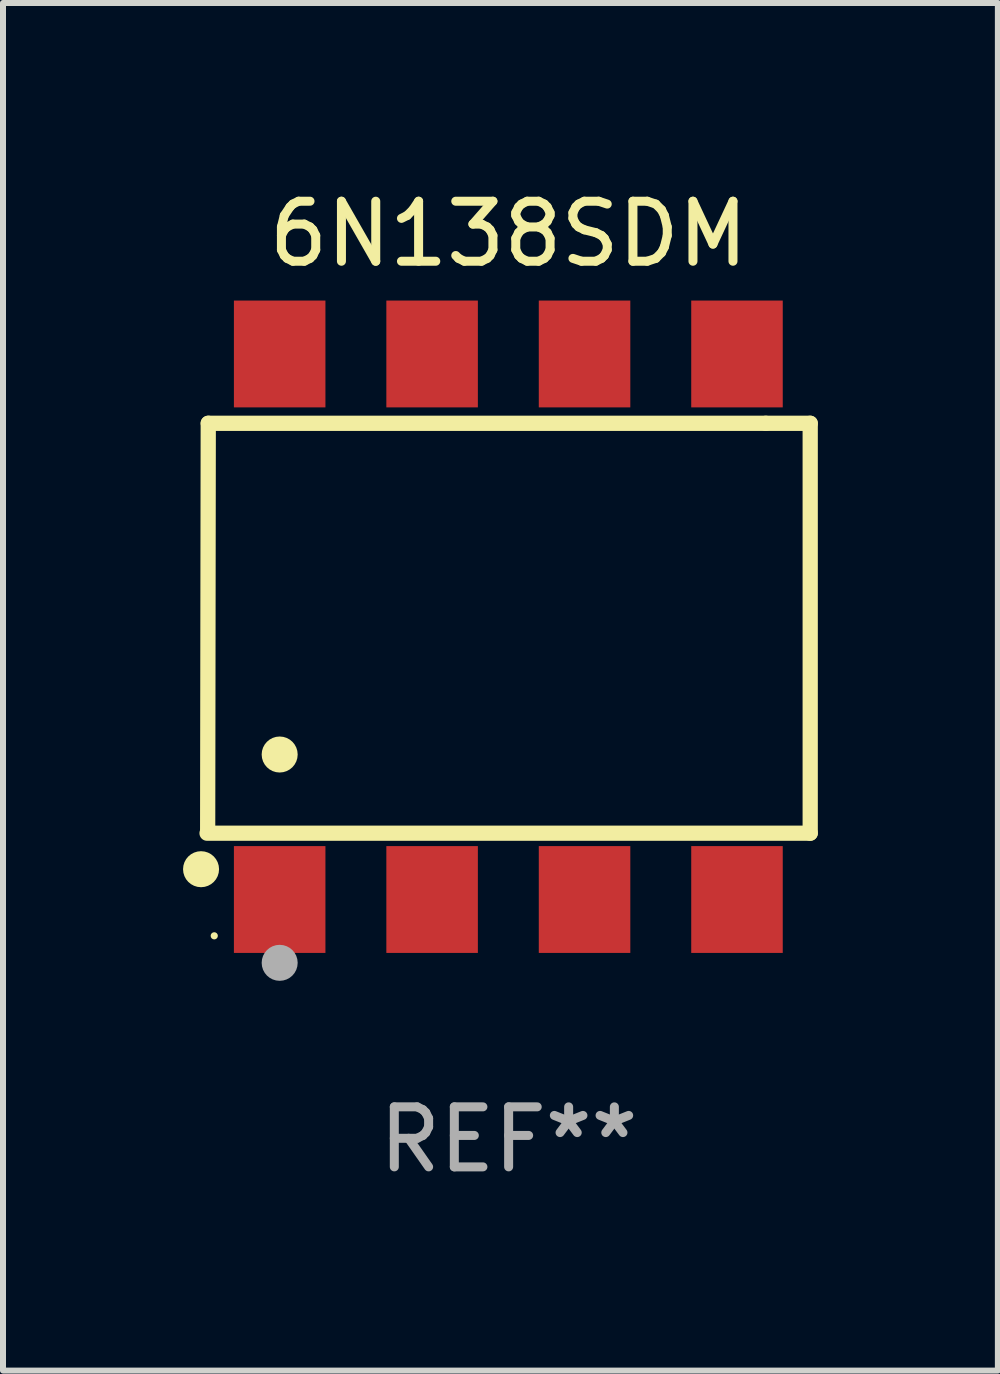
<source format=kicad_pcb>
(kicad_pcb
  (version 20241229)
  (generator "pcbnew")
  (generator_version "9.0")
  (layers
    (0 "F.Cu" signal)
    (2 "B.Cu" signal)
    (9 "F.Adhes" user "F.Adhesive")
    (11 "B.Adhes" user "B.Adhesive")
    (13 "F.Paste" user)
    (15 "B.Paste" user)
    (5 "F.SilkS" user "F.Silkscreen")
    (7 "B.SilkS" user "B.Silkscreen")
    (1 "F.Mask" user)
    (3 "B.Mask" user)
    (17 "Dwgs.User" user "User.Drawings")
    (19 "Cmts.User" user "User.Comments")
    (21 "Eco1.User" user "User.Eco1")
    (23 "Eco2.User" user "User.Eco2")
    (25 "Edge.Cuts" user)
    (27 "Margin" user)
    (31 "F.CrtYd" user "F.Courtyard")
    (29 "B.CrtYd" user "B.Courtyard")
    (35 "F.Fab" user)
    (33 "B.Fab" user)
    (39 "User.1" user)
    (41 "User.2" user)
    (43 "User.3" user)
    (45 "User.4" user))
  (footprint "6N138SDM"
    (layer "F.Cu")
    (at 5.425 7.393)
    (property "Reference" "6N138SDM" (at 0 -6.545 0) (layer "F.SilkS") (effects (font (size 1 1) (thickness 0.15))))
    (attr through_hole)
    (fp_line (start -5.005 -3.39) (end -5.015 3.42) (stroke (width 0.254) (type solid)) (layer "F.SilkS"))
    (fp_line (start 4.285 -3.39) (end -5.005 -3.39) (stroke (width 0.254) (type solid)) (layer "F.SilkS"))
    (fp_line (start 4.285 -3.39) (end 5.025 -3.39) (stroke (width 0.254) (type solid)) (layer "F.SilkS"))
    (fp_line (start 5.025 -3.39) (end 5.025 3.44) (stroke (width 0.254) (type solid)) (layer "F.SilkS"))
    (fp_line (start 5.025 3.44) (end -5.025 3.44) (stroke (width 0.254) (type solid)) (layer "F.SilkS"))
    (fp_circle (center -5.125 4.04) (end -4.975 4.04) (stroke (width 0.3) (type solid)) (fill no) (layer "F.SilkS"))
    (fp_circle (center -4.905 5.15) (end -4.875 5.15) (stroke (width 0.06) (type solid)) (fill no) (layer "F.SilkS"))
    (fp_circle (center -3.815 2.129) (end -3.665 2.129) (stroke (width 0.3) (type solid)) (fill no) (layer "F.SilkS"))
    (fp_circle (center -3.815 5.6) (end -3.665 5.6) (stroke (width 0.3) (type solid)) (fill no) (layer "F.Fab"))
    (fp_text user "REF**" (at 0 8.545 0) (layer "F.Fab") (effects (font (size 1 1) (thickness 0.15))))
    (pad "1" smd rect (at -3.815 4.545) (size 1.525 1.78) (layers "F.Cu" "F.Mask" "F.Paste"))
    (pad "2" smd rect (at -1.275 4.545) (size 1.525 1.78) (layers "F.Cu" "F.Mask" "F.Paste"))
    (pad "3" smd rect (at 1.265 4.545) (size 1.525 1.78) (layers "F.Cu" "F.Mask" "F.Paste"))
    (pad "4" smd rect (at 3.805 4.545) (size 1.525 1.78) (layers "F.Cu" "F.Mask" "F.Paste"))
    (pad "5" smd rect (at 3.805 -4.545) (size 1.525 1.78) (layers "F.Cu" "F.Mask" "F.Paste"))
    (pad "6" smd rect (at 1.265 -4.545) (size 1.525 1.78) (layers "F.Cu" "F.Mask" "F.Paste"))
    (pad "7" smd rect (at -1.275 -4.545) (size 1.525 1.78) (layers "F.Cu" "F.Mask" "F.Paste"))
    (pad "8" smd rect (at -3.815 -4.545) (size 1.525 1.78) (layers "F.Cu" "F.Mask" "F.Paste")))
  (gr_rect
    (start -3 -3)
    (end 13.577 19.787)
    (stroke (width 0.1) (type default))
    (fill no)
    (layer "Edge.Cuts")))
</source>
